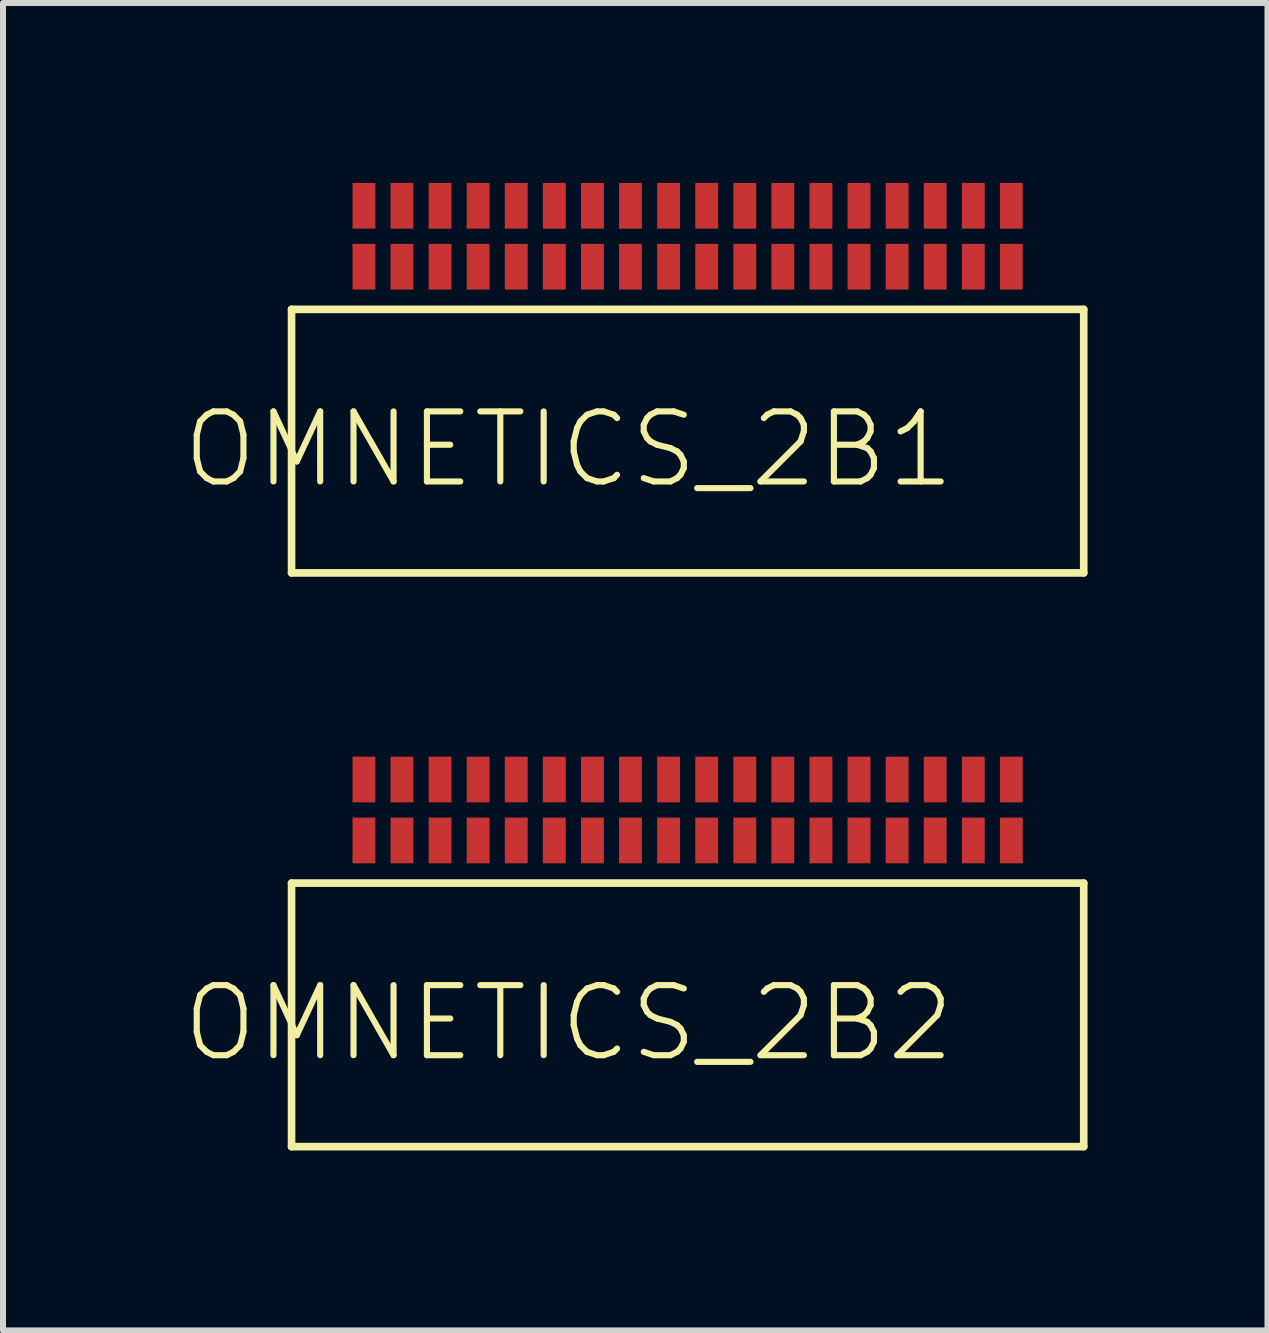
<source format=kicad_pcb>
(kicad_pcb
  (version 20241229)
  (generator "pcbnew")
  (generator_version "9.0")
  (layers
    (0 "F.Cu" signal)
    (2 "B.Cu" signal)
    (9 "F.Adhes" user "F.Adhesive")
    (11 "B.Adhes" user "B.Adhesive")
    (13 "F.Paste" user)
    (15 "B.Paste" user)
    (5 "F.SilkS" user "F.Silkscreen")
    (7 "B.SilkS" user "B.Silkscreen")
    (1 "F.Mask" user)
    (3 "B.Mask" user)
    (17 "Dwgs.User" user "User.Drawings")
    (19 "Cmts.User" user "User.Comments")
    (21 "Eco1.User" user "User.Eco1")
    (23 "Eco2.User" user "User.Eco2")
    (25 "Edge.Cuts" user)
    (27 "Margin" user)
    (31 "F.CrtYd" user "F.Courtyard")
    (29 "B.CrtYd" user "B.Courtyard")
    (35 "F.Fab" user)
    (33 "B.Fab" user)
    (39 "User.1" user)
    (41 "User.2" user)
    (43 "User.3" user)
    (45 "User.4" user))
  (footprint "OMNETICS_2B1"
    (layer "F.Cu")
    (at 8.415 2.108)
    (property "Reference" "OMNETICS_2B1" (at 4.508 1.651 0) (layer "F.SilkS") (effects (font (size 1.168 1.168) (thickness 0.102)) (justify right top)))
    (fp_line (start -6.604 0) (end -6.604 4.394) (stroke (width 0.127) (type solid)) (layer "F.SilkS"))
    (fp_line (start -6.604 4.394) (end 6.604 4.394) (stroke (width 0.127) (type solid)) (layer "F.SilkS"))
    (fp_line (start 6.604 0) (end -6.604 0) (stroke (width 0.127) (type solid)) (layer "F.SilkS"))
    (fp_line (start 6.604 4.394) (end 6.604 0) (stroke (width 0.127) (type solid)) (layer "F.SilkS"))
    (pad "B1" smd rect (at -5.397 -0.711) (size 0.381 0.762) (layers "F.Cu" "F.Mask" "F.Paste"))
    (pad "B2" smd rect (at -4.763 -0.711) (size 0.381 0.762) (layers "F.Cu" "F.Mask" "F.Paste"))
    (pad "B3" smd rect (at -4.128 -0.711) (size 0.381 0.762) (layers "F.Cu" "F.Mask" "F.Paste"))
    (pad "B4" smd rect (at -3.493 -0.711) (size 0.381 0.762) (layers "F.Cu" "F.Mask" "F.Paste"))
    (pad "B5" smd rect (at -2.857 -0.711) (size 0.381 0.762) (layers "F.Cu" "F.Mask" "F.Paste"))
    (pad "B6" smd rect (at -2.223 -0.711) (size 0.381 0.762) (layers "F.Cu" "F.Mask" "F.Paste"))
    (pad "B7" smd rect (at -1.587 -0.711) (size 0.381 0.762) (layers "F.Cu" "F.Mask" "F.Paste"))
    (pad "B8" smd rect (at -0.953 -0.711) (size 0.381 0.762) (layers "F.Cu" "F.Mask" "F.Paste"))
    (pad "B9" smd rect (at -0.318 -0.711) (size 0.381 0.762) (layers "F.Cu" "F.Mask" "F.Paste"))
    (pad "B10" smd rect (at 0.318 -0.711) (size 0.381 0.762) (layers "F.Cu" "F.Mask" "F.Paste"))
    (pad "B11" smd rect (at 0.953 -0.711) (size 0.381 0.762) (layers "F.Cu" "F.Mask" "F.Paste"))
    (pad "B12" smd rect (at 1.587 -0.711) (size 0.381 0.762) (layers "F.Cu" "F.Mask" "F.Paste"))
    (pad "B13" smd rect (at 2.223 -0.711) (size 0.381 0.762) (layers "F.Cu" "F.Mask" "F.Paste"))
    (pad "B14" smd rect (at 2.857 -0.711) (size 0.381 0.762) (layers "F.Cu" "F.Mask" "F.Paste"))
    (pad "B15" smd rect (at 3.493 -0.711) (size 0.381 0.762) (layers "F.Cu" "F.Mask" "F.Paste"))
    (pad "B16" smd rect (at 4.128 -0.711) (size 0.381 0.762) (layers "F.Cu" "F.Mask" "F.Paste"))
    (pad "B17" smd rect (at 4.763 -0.711) (size 0.381 0.762) (layers "F.Cu" "F.Mask" "F.Paste"))
    (pad "B18" smd rect (at 5.397 -0.711) (size 0.381 0.762) (layers "F.Cu" "F.Mask" "F.Paste"))
    (pad "T1" smd rect (at -5.397 -1.727) (size 0.381 0.762) (layers "F.Cu" "F.Mask" "F.Paste"))
    (pad "T2" smd rect (at -4.763 -1.727) (size 0.381 0.762) (layers "F.Cu" "F.Mask" "F.Paste"))
    (pad "T3" smd rect (at -4.128 -1.727) (size 0.381 0.762) (layers "F.Cu" "F.Mask" "F.Paste"))
    (pad "T4" smd rect (at -3.493 -1.727) (size 0.381 0.762) (layers "F.Cu" "F.Mask" "F.Paste"))
    (pad "T5" smd rect (at -2.857 -1.727) (size 0.381 0.762) (layers "F.Cu" "F.Mask" "F.Paste"))
    (pad "T6" smd rect (at -2.223 -1.727) (size 0.381 0.762) (layers "F.Cu" "F.Mask" "F.Paste"))
    (pad "T7" smd rect (at -1.587 -1.727) (size 0.381 0.762) (layers "F.Cu" "F.Mask" "F.Paste"))
    (pad "T8" smd rect (at -0.953 -1.727) (size 0.381 0.762) (layers "F.Cu" "F.Mask" "F.Paste"))
    (pad "T9" smd rect (at -0.318 -1.727) (size 0.381 0.762) (layers "F.Cu" "F.Mask" "F.Paste"))
    (pad "T10" smd rect (at 0.318 -1.727) (size 0.381 0.762) (layers "F.Cu" "F.Mask" "F.Paste"))
    (pad "T11" smd rect (at 0.953 -1.727) (size 0.381 0.762) (layers "F.Cu" "F.Mask" "F.Paste"))
    (pad "T12" smd rect (at 1.587 -1.727) (size 0.381 0.762) (layers "F.Cu" "F.Mask" "F.Paste"))
    (pad "T13" smd rect (at 2.223 -1.727) (size 0.381 0.762) (layers "F.Cu" "F.Mask" "F.Paste"))
    (pad "T14" smd rect (at 2.857 -1.727) (size 0.381 0.762) (layers "F.Cu" "F.Mask" "F.Paste"))
    (pad "T15" smd rect (at 3.493 -1.727) (size 0.381 0.762) (layers "F.Cu" "F.Mask" "F.Paste"))
    (pad "T16" smd rect (at 4.128 -1.727) (size 0.381 0.762) (layers "F.Cu" "F.Mask" "F.Paste"))
    (pad "T17" smd rect (at 4.763 -1.727) (size 0.381 0.762) (layers "F.Cu" "F.Mask" "F.Paste"))
    (pad "T18" smd rect (at 5.397 -1.727) (size 0.381 0.762) (layers "F.Cu" "F.Mask" "F.Paste")))
  (footprint "OMNETICS_2B2"
    (layer "F.Cu")
    (at 8.415 11.674)
    (property "Reference" "OMNETICS_2B2" (at 4.508 1.651 0) (layer "F.SilkS") (effects (font (size 1.168 1.168) (thickness 0.102)) (justify right top)))
    (fp_line (start -6.604 0) (end -6.604 4.394) (stroke (width 0.127) (type solid)) (layer "F.SilkS"))
    (fp_line (start -6.604 4.394) (end 6.604 4.394) (stroke (width 0.127) (type solid)) (layer "F.SilkS"))
    (fp_line (start 6.604 0) (end -6.604 0) (stroke (width 0.127) (type solid)) (layer "F.SilkS"))
    (fp_line (start 6.604 4.394) (end 6.604 0) (stroke (width 0.127) (type solid)) (layer "F.SilkS"))
    (pad "B1" smd rect (at -5.397 -0.711) (size 0.381 0.762) (layers "F.Cu" "F.Mask" "F.Paste"))
    (pad "B2" smd rect (at -4.763 -0.711) (size 0.381 0.762) (layers "F.Cu" "F.Mask" "F.Paste"))
    (pad "B3" smd rect (at -4.128 -0.711) (size 0.381 0.762) (layers "F.Cu" "F.Mask" "F.Paste"))
    (pad "B4" smd rect (at -3.493 -0.711) (size 0.381 0.762) (layers "F.Cu" "F.Mask" "F.Paste"))
    (pad "B5" smd rect (at -2.857 -0.711) (size 0.381 0.762) (layers "F.Cu" "F.Mask" "F.Paste"))
    (pad "B6" smd rect (at -2.223 -0.711) (size 0.381 0.762) (layers "F.Cu" "F.Mask" "F.Paste"))
    (pad "B7" smd rect (at -1.587 -0.711) (size 0.381 0.762) (layers "F.Cu" "F.Mask" "F.Paste"))
    (pad "B8" smd rect (at -0.953 -0.711) (size 0.381 0.762) (layers "F.Cu" "F.Mask" "F.Paste"))
    (pad "B9" smd rect (at -0.318 -0.711) (size 0.381 0.762) (layers "F.Cu" "F.Mask" "F.Paste"))
    (pad "B10" smd rect (at 0.318 -0.711) (size 0.381 0.762) (layers "F.Cu" "F.Mask" "F.Paste"))
    (pad "B11" smd rect (at 0.953 -0.711) (size 0.381 0.762) (layers "F.Cu" "F.Mask" "F.Paste"))
    (pad "B12" smd rect (at 1.587 -0.711) (size 0.381 0.762) (layers "F.Cu" "F.Mask" "F.Paste"))
    (pad "B13" smd rect (at 2.223 -0.711) (size 0.381 0.762) (layers "F.Cu" "F.Mask" "F.Paste"))
    (pad "B14" smd rect (at 2.857 -0.711) (size 0.381 0.762) (layers "F.Cu" "F.Mask" "F.Paste"))
    (pad "B15" smd rect (at 3.493 -0.711) (size 0.381 0.762) (layers "F.Cu" "F.Mask" "F.Paste"))
    (pad "B16" smd rect (at 4.128 -0.711) (size 0.381 0.762) (layers "F.Cu" "F.Mask" "F.Paste"))
    (pad "B17" smd rect (at 4.763 -0.711) (size 0.381 0.762) (layers "F.Cu" "F.Mask" "F.Paste"))
    (pad "B18" smd rect (at 5.397 -0.711) (size 0.381 0.762) (layers "F.Cu" "F.Mask" "F.Paste"))
    (pad "T1" smd rect (at -5.397 -1.727) (size 0.381 0.762) (layers "F.Cu" "F.Mask" "F.Paste"))
    (pad "T2" smd rect (at -4.763 -1.727) (size 0.381 0.762) (layers "F.Cu" "F.Mask" "F.Paste"))
    (pad "T3" smd rect (at -4.128 -1.727) (size 0.381 0.762) (layers "F.Cu" "F.Mask" "F.Paste"))
    (pad "T4" smd rect (at -3.493 -1.727) (size 0.381 0.762) (layers "F.Cu" "F.Mask" "F.Paste"))
    (pad "T5" smd rect (at -2.857 -1.727) (size 0.381 0.762) (layers "F.Cu" "F.Mask" "F.Paste"))
    (pad "T6" smd rect (at -2.223 -1.727) (size 0.381 0.762) (layers "F.Cu" "F.Mask" "F.Paste"))
    (pad "T7" smd rect (at -1.587 -1.727) (size 0.381 0.762) (layers "F.Cu" "F.Mask" "F.Paste"))
    (pad "T8" smd rect (at -0.953 -1.727) (size 0.381 0.762) (layers "F.Cu" "F.Mask" "F.Paste"))
    (pad "T9" smd rect (at -0.318 -1.727) (size 0.381 0.762) (layers "F.Cu" "F.Mask" "F.Paste"))
    (pad "T10" smd rect (at 0.318 -1.727) (size 0.381 0.762) (layers "F.Cu" "F.Mask" "F.Paste"))
    (pad "T11" smd rect (at 0.953 -1.727) (size 0.381 0.762) (layers "F.Cu" "F.Mask" "F.Paste"))
    (pad "T12" smd rect (at 1.587 -1.727) (size 0.381 0.762) (layers "F.Cu" "F.Mask" "F.Paste"))
    (pad "T13" smd rect (at 2.223 -1.727) (size 0.381 0.762) (layers "F.Cu" "F.Mask" "F.Paste"))
    (pad "T14" smd rect (at 2.857 -1.727) (size 0.381 0.762) (layers "F.Cu" "F.Mask" "F.Paste"))
    (pad "T15" smd rect (at 3.493 -1.727) (size 0.381 0.762) (layers "F.Cu" "F.Mask" "F.Paste"))
    (pad "T16" smd rect (at 4.128 -1.727) (size 0.381 0.762) (layers "F.Cu" "F.Mask" "F.Paste"))
    (pad "T17" smd rect (at 4.763 -1.727) (size 0.381 0.762) (layers "F.Cu" "F.Mask" "F.Paste"))
    (pad "T18" smd rect (at 5.397 -1.727) (size 0.381 0.762) (layers "F.Cu" "F.Mask" "F.Paste")))
  (gr_rect
    (start -3 -3)
    (end 18.083 19.132)
    (stroke (width 0.1) (type default))
    (fill no)
    (layer "Edge.Cuts")))
</source>
